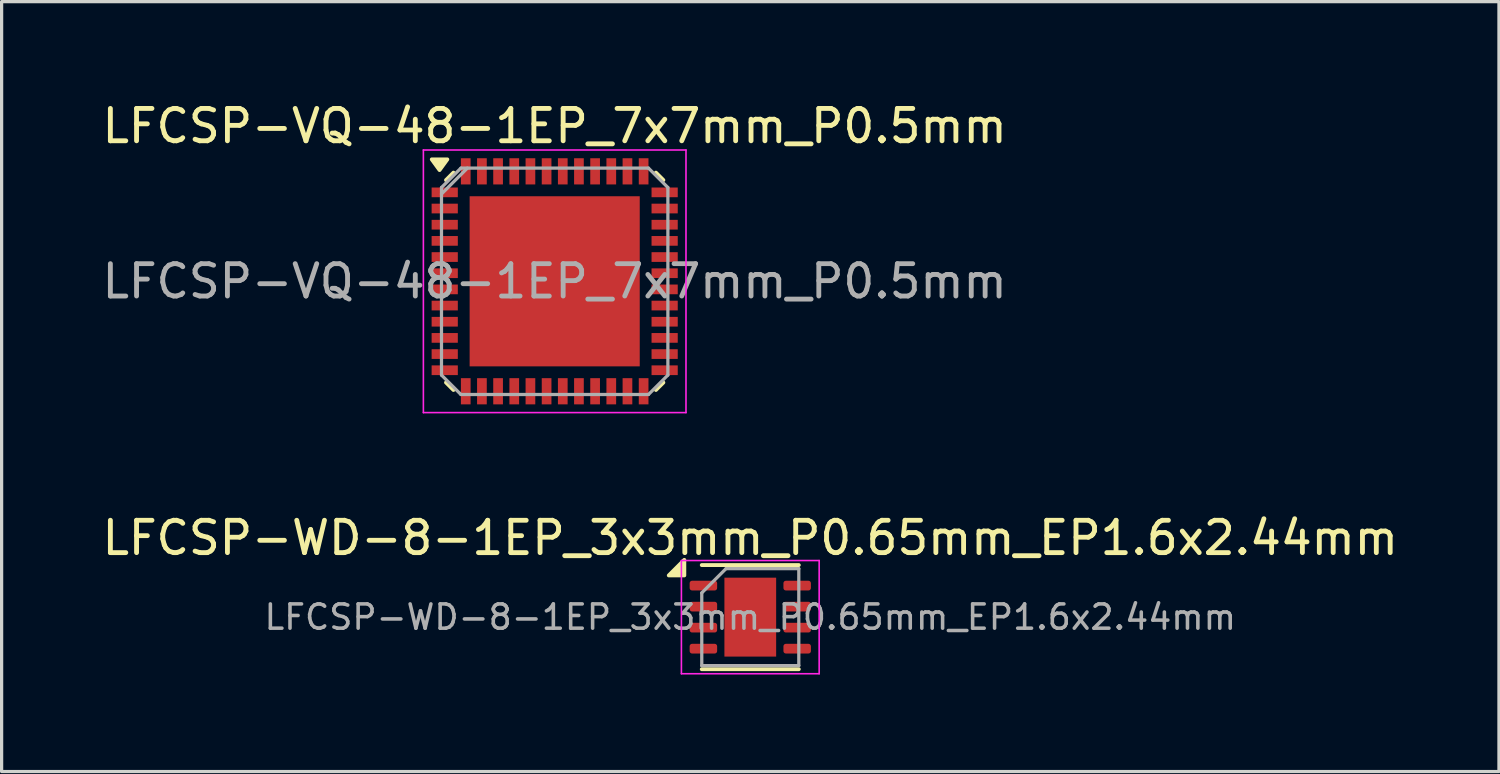
<source format=kicad_pcb>
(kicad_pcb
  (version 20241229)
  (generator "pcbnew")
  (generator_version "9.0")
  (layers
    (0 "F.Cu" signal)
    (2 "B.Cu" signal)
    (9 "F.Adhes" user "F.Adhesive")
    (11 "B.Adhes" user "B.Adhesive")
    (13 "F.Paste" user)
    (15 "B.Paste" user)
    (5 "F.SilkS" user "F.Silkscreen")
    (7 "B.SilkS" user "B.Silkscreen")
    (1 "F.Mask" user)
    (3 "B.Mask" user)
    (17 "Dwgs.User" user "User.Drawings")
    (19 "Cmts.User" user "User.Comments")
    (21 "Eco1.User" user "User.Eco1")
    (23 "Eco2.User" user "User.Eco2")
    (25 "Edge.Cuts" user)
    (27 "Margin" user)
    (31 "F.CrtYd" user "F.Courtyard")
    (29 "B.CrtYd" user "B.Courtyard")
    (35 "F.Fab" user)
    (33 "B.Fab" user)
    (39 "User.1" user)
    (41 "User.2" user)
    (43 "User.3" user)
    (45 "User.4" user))
  (footprint "LFCSP-WD-8-1EP_3x3mm_P0.65mm_EP1.6x2.44mm"
    (layer "F.Cu")
    (at 20.149 16.032)
    (property "Reference" "LFCSP-WD-8-1EP_3x3mm_P0.65mm_EP1.6x2.44mm" (at 0 -2.45 0) (layer "F.SilkS") (effects (font (size 1 1) (thickness 0.15))))
    (attr smd)
    (fp_line (start -1.5 -1.61) (end 1.5 -1.61) (stroke (width 0.12) (type solid)) (layer "F.SilkS"))
    (fp_line (start -1.5 1.61) (end 1.5 1.61) (stroke (width 0.12) (type solid)) (layer "F.SilkS"))
    (fp_poly (pts (xy -2.04 -1.29) (xy -2.52 -1.29) (xy -2.04 -1.77) (xy -2.04 -1.29)) (stroke (width 0.12) (type solid)) (fill yes) (layer "F.SilkS"))
    (fp_line (start -2.13 -1.75) (end -2.13 1.75) (stroke (width 0.05) (type solid)) (layer "F.CrtYd"))
    (fp_line (start -2.13 1.75) (end 2.13 1.75) (stroke (width 0.05) (type solid)) (layer "F.CrtYd"))
    (fp_line (start 2.13 -1.75) (end -2.13 -1.75) (stroke (width 0.05) (type solid)) (layer "F.CrtYd"))
    (fp_line (start 2.13 1.75) (end 2.13 -1.75) (stroke (width 0.05) (type solid)) (layer "F.CrtYd"))
    (fp_line (start -1.5 -0.75) (end -0.75 -1.5) (stroke (width 0.1) (type solid)) (layer "F.Fab"))
    (fp_line (start -1.5 1.5) (end -1.5 -0.75) (stroke (width 0.1) (type solid)) (layer "F.Fab"))
    (fp_line (start -0.75 -1.5) (end 1.5 -1.5) (stroke (width 0.1) (type solid)) (layer "F.Fab"))
    (fp_line (start 1.5 -1.5) (end 1.5 1.5) (stroke (width 0.1) (type solid)) (layer "F.Fab"))
    (fp_line (start 1.5 1.5) (end -1.5 1.5) (stroke (width 0.1) (type solid)) (layer "F.Fab"))
    (fp_text user "${REFERENCE}" (at 0 0 0) (layer "F.Fab") (effects (font (size 0.75 0.75) (thickness 0.11))))
    (pad "" smd roundrect (at -0.4 -0.81) (size 0.64 0.66) (layers "F.Paste") (roundrect_rratio 0.25))
    (pad "" smd roundrect (at -0.4 0) (size 0.64 0.66) (layers "F.Paste") (roundrect_rratio 0.25))
    (pad "" smd roundrect (at -0.4 0.81) (size 0.64 0.66) (layers "F.Paste") (roundrect_rratio 0.25))
    (pad "" smd roundrect (at 0.4 -0.81) (size 0.64 0.66) (layers "F.Paste") (roundrect_rratio 0.25))
    (pad "" smd roundrect (at 0.4 0) (size 0.64 0.66) (layers "F.Paste") (roundrect_rratio 0.25))
    (pad "" smd roundrect (at 0.4 0.81) (size 0.64 0.66) (layers "F.Paste") (roundrect_rratio 0.25))
    (pad "1" smd roundrect (at -1.45 -0.975) (size 0.85 0.3) (layers "F.Cu" "F.Mask" "F.Paste") (roundrect_rratio 0.25))
    (pad "2" smd roundrect (at -1.45 -0.325) (size 0.85 0.3) (layers "F.Cu" "F.Mask" "F.Paste") (roundrect_rratio 0.25))
    (pad "3" smd roundrect (at -1.45 0.325) (size 0.85 0.3) (layers "F.Cu" "F.Mask" "F.Paste") (roundrect_rratio 0.25))
    (pad "4" smd roundrect (at -1.45 0.975) (size 0.85 0.3) (layers "F.Cu" "F.Mask" "F.Paste") (roundrect_rratio 0.25))
    (pad "5" smd roundrect (at 1.45 0.975) (size 0.85 0.3) (layers "F.Cu" "F.Mask" "F.Paste") (roundrect_rratio 0.25))
    (pad "6" smd roundrect (at 1.45 0.325) (size 0.85 0.3) (layers "F.Cu" "F.Mask" "F.Paste") (roundrect_rratio 0.25))
    (pad "7" smd roundrect (at 1.45 -0.325) (size 0.85 0.3) (layers "F.Cu" "F.Mask" "F.Paste") (roundrect_rratio 0.25))
    (pad "8" smd roundrect (at 1.45 -0.975) (size 0.85 0.3) (layers "F.Cu" "F.Mask" "F.Paste") (roundrect_rratio 0.25))
    (pad "9" smd rect (at 0 0) (size 1.6 2.44) (property pad_prop_heatsink) (layers "F.Cu" "F.Mask")))
  (footprint "LFCSP-VQ-48-1EP_7x7mm_P0.5mm"
    (layer "F.Cu")
    (at 14.101 5.648)
    (property "Reference" "LFCSP-VQ-48-1EP_7x7mm_P0.5mm" (at 0 -4.8 0) (layer "F.SilkS") (effects (font (size 1 1) (thickness 0.15))))
    (attr smd)
    (fp_line (start -3.13 -3.36) (end -3.36 -3.13) (stroke (width 0.12) (type solid)) (layer "F.SilkS"))
    (fp_line (start -3.13 3.36) (end -3.36 3.13) (stroke (width 0.12) (type solid)) (layer "F.SilkS"))
    (fp_line (start 3.13 -3.36) (end 3.36 -3.13) (stroke (width 0.12) (type solid)) (layer "F.SilkS"))
    (fp_line (start 3.13 3.36) (end 3.36 3.13) (stroke (width 0.12) (type solid)) (layer "F.SilkS"))
    (fp_poly (pts (xy -3.56 -3.44) (xy -3.8 -3.77) (xy -3.32 -3.77) (xy -3.56 -3.44)) (stroke (width 0.12) (type solid)) (fill yes) (layer "F.SilkS"))
    (fp_line (start -4.06 -4.06) (end 4.06 -4.06) (stroke (width 0.05) (type solid)) (layer "F.CrtYd"))
    (fp_line (start -4.06 4.06) (end -4.06 -4.06) (stroke (width 0.05) (type solid)) (layer "F.CrtYd"))
    (fp_line (start 4.06 -4.06) (end 4.06 4.06) (stroke (width 0.05) (type solid)) (layer "F.CrtYd"))
    (fp_line (start 4.06 4.06) (end -4.06 4.06) (stroke (width 0.05) (type solid)) (layer "F.CrtYd"))
    (fp_line (start -3.5 -2.9) (end -2.9 -3.5) (stroke (width 0.1) (type solid)) (layer "F.Fab"))
    (fp_line (start -3.5 -2.7) (end -2.7 -3.5) (stroke (width 0.1) (type solid)) (layer "F.Fab"))
    (fp_line (start -3.5 2.9) (end -3.5 -2.9) (stroke (width 0.1) (type solid)) (layer "F.Fab"))
    (fp_line (start -2.9 -3.5) (end 2.9 -3.5) (stroke (width 0.1) (type solid)) (layer "F.Fab"))
    (fp_line (start -2.9 3.5) (end -3.5 2.9) (stroke (width 0.1) (type solid)) (layer "F.Fab"))
    (fp_line (start 2.9 -3.5) (end 3.5 -2.9) (stroke (width 0.1) (type solid)) (layer "F.Fab"))
    (fp_line (start 2.9 3.5) (end -2.9 3.5) (stroke (width 0.1) (type solid)) (layer "F.Fab"))
    (fp_line (start 2.9 3.5) (end 3.5 2.9) (stroke (width 0.1) (type solid)) (layer "F.Fab"))
    (fp_line (start 3.5 -2.9) (end 3.5 2.9) (stroke (width 0.1) (type solid)) (layer "F.Fab"))
    (fp_text user "${REFERENCE}" (at 0 0 0) (layer "F.Fab") (effects (font (size 1 1) (thickness 0.15))))
    (pad "" smd roundrect (at -2.08 -2.05) (size 1.1 1.1) (layers "F.Paste") (roundrect_rratio 0.227))
    (pad "" smd roundrect (at -2.08 -0.68) (size 1.1 1.1) (layers "F.Paste") (roundrect_rratio 0.227))
    (pad "" smd roundrect (at -2.08 0.69) (size 1.1 1.1) (layers "F.Paste") (roundrect_rratio 0.227))
    (pad "" smd roundrect (at -2.06 2.05) (size 1.1 1.1) (layers "F.Paste") (roundrect_rratio 0.227))
    (pad "" smd roundrect (at -0.68 -2.05) (size 1.1 1.1) (layers "F.Paste") (roundrect_rratio 0.227))
    (pad "" smd roundrect (at -0.68 -0.68) (size 1.1 1.1) (layers "F.Paste") (roundrect_rratio 0.227))
    (pad "" smd roundrect (at -0.68 0.69) (size 1.1 1.1) (layers "F.Paste") (roundrect_rratio 0.227))
    (pad "" smd roundrect (at -0.66 2.05) (size 1.1 1.1) (layers "F.Paste") (roundrect_rratio 0.227))
    (pad "" smd roundrect (at 0.69 -2.05) (size 1.1 1.1) (layers "F.Paste") (roundrect_rratio 0.227))
    (pad "" smd roundrect (at 0.69 -0.68) (size 1.1 1.1) (layers "F.Paste") (roundrect_rratio 0.227))
    (pad "" smd roundrect (at 0.69 0.69) (size 1.1 1.1) (layers "F.Paste") (roundrect_rratio 0.227))
    (pad "" smd roundrect (at 0.71 2.05) (size 1.1 1.1) (layers "F.Paste") (roundrect_rratio 0.227))
    (pad "" smd roundrect (at 2.07 -2.05) (size 1.1 1.1) (layers "F.Paste") (roundrect_rratio 0.227))
    (pad "" smd roundrect (at 2.07 -0.68) (size 1.1 1.1) (layers "F.Paste") (roundrect_rratio 0.227))
    (pad "" smd roundrect (at 2.07 0.69) (size 1.1 1.1) (layers "F.Paste") (roundrect_rratio 0.227))
    (pad "" smd roundrect (at 2.09 2.05) (size 1.1 1.1) (layers "F.Paste") (roundrect_rratio 0.227))
    (pad "1" smd rect (at -3.4 -2.75) (size 0.81 0.3) (layers "F.Cu" "F.Mask" "F.Paste"))
    (pad "2" smd rect (at -3.4 -2.25) (size 0.81 0.3) (layers "F.Cu" "F.Mask" "F.Paste"))
    (pad "3" smd rect (at -3.4 -1.75) (size 0.81 0.3) (layers "F.Cu" "F.Mask" "F.Paste"))
    (pad "4" smd rect (at -3.4 -1.25) (size 0.81 0.3) (layers "F.Cu" "F.Mask" "F.Paste"))
    (pad "5" smd rect (at -3.4 -0.75) (size 0.81 0.3) (layers "F.Cu" "F.Mask" "F.Paste"))
    (pad "6" smd rect (at -3.4 -0.25) (size 0.81 0.3) (layers "F.Cu" "F.Mask" "F.Paste"))
    (pad "7" smd rect (at -3.4 0.25) (size 0.81 0.3) (layers "F.Cu" "F.Mask" "F.Paste"))
    (pad "8" smd rect (at -3.4 0.75) (size 0.81 0.3) (layers "F.Cu" "F.Mask" "F.Paste"))
    (pad "9" smd rect (at -3.4 1.25) (size 0.81 0.3) (layers "F.Cu" "F.Mask" "F.Paste"))
    (pad "10" smd rect (at -3.4 1.75) (size 0.81 0.3) (layers "F.Cu" "F.Mask" "F.Paste"))
    (pad "11" smd rect (at -3.4 2.25) (size 0.81 0.3) (layers "F.Cu" "F.Mask" "F.Paste"))
    (pad "12" smd rect (at -3.4 2.75) (size 0.81 0.3) (layers "F.Cu" "F.Mask" "F.Paste"))
    (pad "13" smd rect (at -2.75 3.4) (size 0.3 0.81) (layers "F.Cu" "F.Mask" "F.Paste"))
    (pad "14" smd rect (at -2.25 3.4) (size 0.3 0.81) (layers "F.Cu" "F.Mask" "F.Paste"))
    (pad "15" smd rect (at -1.75 3.4) (size 0.3 0.81) (layers "F.Cu" "F.Mask" "F.Paste"))
    (pad "16" smd rect (at -1.25 3.4) (size 0.3 0.81) (layers "F.Cu" "F.Mask" "F.Paste"))
    (pad "17" smd rect (at -0.75 3.4) (size 0.3 0.81) (layers "F.Cu" "F.Mask" "F.Paste"))
    (pad "18" smd rect (at -0.25 3.4) (size 0.3 0.81) (layers "F.Cu" "F.Mask" "F.Paste"))
    (pad "19" smd rect (at 0.25 3.4) (size 0.3 0.81) (layers "F.Cu" "F.Mask" "F.Paste"))
    (pad "20" smd rect (at 0.75 3.4) (size 0.3 0.81) (layers "F.Cu" "F.Mask" "F.Paste"))
    (pad "21" smd rect (at 1.25 3.4) (size 0.3 0.81) (layers "F.Cu" "F.Mask" "F.Paste"))
    (pad "22" smd rect (at 1.75 3.4) (size 0.3 0.81) (layers "F.Cu" "F.Mask" "F.Paste"))
    (pad "23" smd rect (at 2.25 3.4) (size 0.3 0.81) (layers "F.Cu" "F.Mask" "F.Paste"))
    (pad "24" smd rect (at 2.75 3.4) (size 0.3 0.81) (layers "F.Cu" "F.Mask" "F.Paste"))
    (pad "25" smd rect (at 3.4 2.75) (size 0.81 0.3) (layers "F.Cu" "F.Mask" "F.Paste"))
    (pad "26" smd rect (at 3.4 2.25) (size 0.81 0.3) (layers "F.Cu" "F.Mask" "F.Paste"))
    (pad "27" smd rect (at 3.4 1.75) (size 0.81 0.3) (layers "F.Cu" "F.Mask" "F.Paste"))
    (pad "28" smd rect (at 3.4 1.25) (size 0.81 0.3) (layers "F.Cu" "F.Mask" "F.Paste"))
    (pad "29" smd rect (at 3.4 0.75) (size 0.81 0.3) (layers "F.Cu" "F.Mask" "F.Paste"))
    (pad "30" smd rect (at 3.4 0.25) (size 0.81 0.3) (layers "F.Cu" "F.Mask" "F.Paste"))
    (pad "31" smd rect (at 3.4 -0.25) (size 0.81 0.3) (layers "F.Cu" "F.Mask" "F.Paste"))
    (pad "32" smd rect (at 3.4 -0.75) (size 0.81 0.3) (layers "F.Cu" "F.Mask" "F.Paste"))
    (pad "33" smd rect (at 3.4 -1.25) (size 0.81 0.3) (layers "F.Cu" "F.Mask" "F.Paste"))
    (pad "34" smd rect (at 3.4 -1.75) (size 0.81 0.3) (layers "F.Cu" "F.Mask" "F.Paste"))
    (pad "35" smd rect (at 3.4 -2.25) (size 0.81 0.3) (layers "F.Cu" "F.Mask" "F.Paste"))
    (pad "36" smd rect (at 3.4 -2.75) (size 0.81 0.3) (layers "F.Cu" "F.Mask" "F.Paste"))
    (pad "37" smd rect (at 2.75 -3.4) (size 0.3 0.81) (layers "F.Cu" "F.Mask" "F.Paste"))
    (pad "38" smd rect (at 2.25 -3.4) (size 0.3 0.81) (layers "F.Cu" "F.Mask" "F.Paste"))
    (pad "39" smd rect (at 1.75 -3.4) (size 0.3 0.81) (layers "F.Cu" "F.Mask" "F.Paste"))
    (pad "40" smd rect (at 1.25 -3.4) (size 0.3 0.81) (layers "F.Cu" "F.Mask" "F.Paste"))
    (pad "41" smd rect (at 0.75 -3.4) (size 0.3 0.81) (layers "F.Cu" "F.Mask" "F.Paste"))
    (pad "42" smd rect (at 0.25 -3.4) (size 0.3 0.81) (layers "F.Cu" "F.Mask" "F.Paste"))
    (pad "43" smd rect (at -0.25 -3.4) (size 0.3 0.81) (layers "F.Cu" "F.Mask" "F.Paste"))
    (pad "44" smd rect (at -0.75 -3.4) (size 0.3 0.81) (layers "F.Cu" "F.Mask" "F.Paste"))
    (pad "45" smd rect (at -1.25 -3.4) (size 0.3 0.81) (layers "F.Cu" "F.Mask" "F.Paste"))
    (pad "46" smd rect (at -1.75 -3.4) (size 0.3 0.81) (layers "F.Cu" "F.Mask" "F.Paste"))
    (pad "47" smd rect (at -2.25 -3.4) (size 0.3 0.81) (layers "F.Cu" "F.Mask" "F.Paste"))
    (pad "48" smd rect (at -2.75 -3.4) (size 0.3 0.81) (layers "F.Cu" "F.Mask" "F.Paste"))
    (pad "49" smd rect (at 0 0) (size 5.26 5.26) (layers "F.Cu" "F.Mask")))
  (gr_rect
    (start -3 -3)
    (end 43.298 20.806)
    (stroke (width 0.1) (type default))
    (fill no)
    (layer "Edge.Cuts")))
</source>
